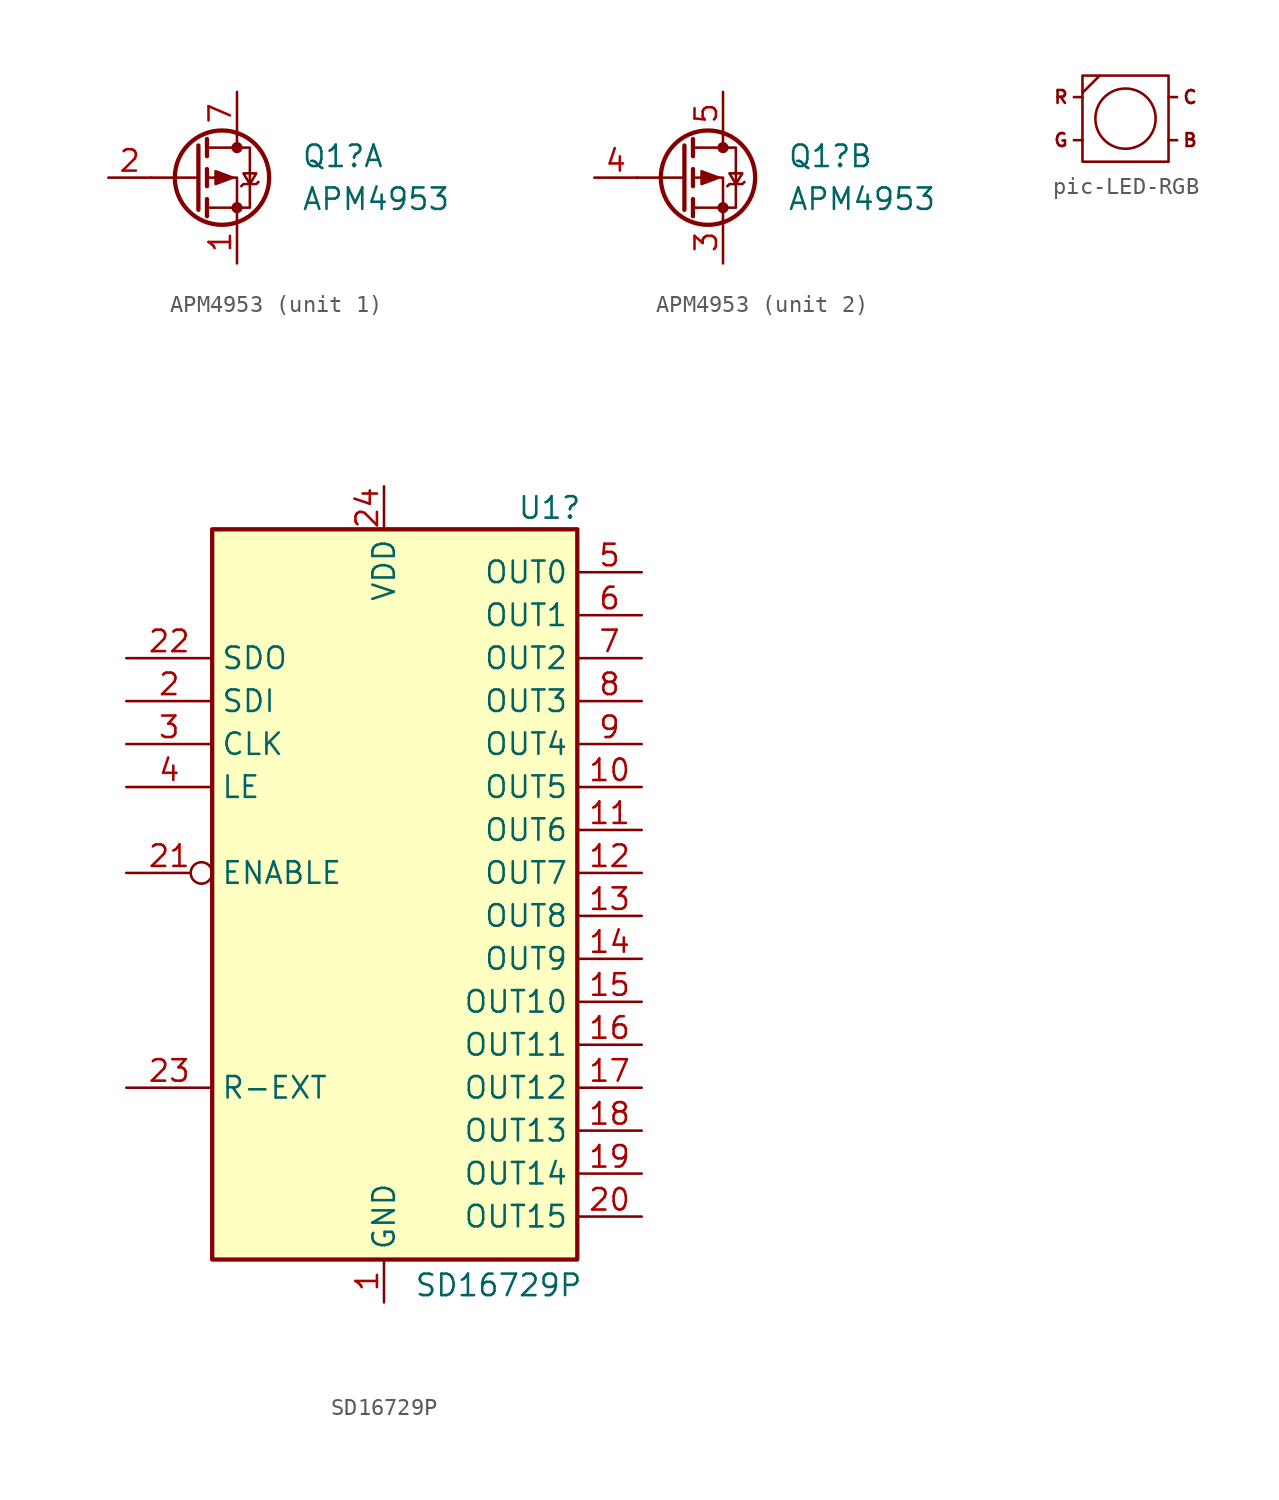
<source format=kicad_sym>
(kicad_symbol_lib
  (version 20231120)
  (generator "kicad_symbol_editor")
  (generator_version "8.0")
  (symbol "APM4953"
    (pin_names hide)
    (property "Reference" "Q1"
      (at 6.35 1.27 0)
      (effects (font (size 1.27 1.27)) (justify left)))
    (property "Value" "APM4953"
      (at 6.35 -1.27 0)
      (effects (font (size 1.27 1.27)) (justify left)))
    (symbol "APM4953_0_1"
      (polyline (pts (xy 0.254 0) (xy -2.54 0)) (stroke (width 0) (type default)) (fill (type none)))
      (polyline (pts (xy 0.254 1.905) (xy 0.254 -1.905)) (stroke (width 0.254) (type default)) (fill (type none)))
      (polyline (pts (xy 0.762 -1.27) (xy 0.762 -2.286)) (stroke (width 0.254) (type default)) (fill (type none)))
      (polyline (pts (xy 0.762 0.508) (xy 0.762 -0.508)) (stroke (width 0.254) (type default)) (fill (type none)))
      (polyline (pts (xy 0.762 2.286) (xy 0.762 1.27)) (stroke (width 0.254) (type default)) (fill (type none)))
      (polyline (pts (xy 2.54 2.54) (xy 2.54 1.778)) (stroke (width 0) (type default)) (fill (type none)))
      (polyline (pts (xy 2.54 -2.54) (xy 2.54 0) (xy 0.762 0)) (stroke (width 0) (type default)) (fill (type none)))
      (polyline (pts (xy 0.762 1.778) (xy 3.302 1.778) (xy 3.302 -1.778) (xy 0.762 -1.778)) (stroke (width 0) (type default)) (fill (type none)))
      (polyline (pts (xy 2.286 0) (xy 1.27 0.381) (xy 1.27 -0.381) (xy 2.286 0)) (stroke (width 0) (type default)) (fill (type outline)))
      (polyline (pts (xy 2.794 -0.508) (xy 2.921 -0.381) (xy 3.683 -0.381) (xy 3.81 -0.254)) (stroke (width 0) (type default)) (fill (type none)))
      (polyline (pts (xy 3.302 -0.381) (xy 2.921 0.254) (xy 3.683 0.254) (xy 3.302 -0.381)) (stroke (width 0) (type default)) (fill (type none)))
      (circle (center 1.651 0) (radius 2.794) (stroke (width 0.254) (type default)) (fill (type none)))
      (circle (center 2.54 -1.778) (radius 0.254) (stroke (width 0) (type default)) (fill (type outline)))
      (circle (center 2.54 1.778) (radius 0.254) (stroke (width 0) (type default)) (fill (type outline))))
    (symbol "APM4953_1_1"
      (pin passive line (at 2.54 -5.08 90) (length 2.54) (name "S1" (effects (font (size 1.27 1.27)))) (number "1" (effects (font (size 1.27 1.27)))))
      (pin input line (at -5.08 0 0) (length 2.54) (name "G1" (effects (font (size 1.27 1.27)))) (number "2" (effects (font (size 1.27 1.27)))))
      (pin passive line (at 2.54 5.08 270) (length 2.54) (name "D1" (effects (font (size 1.27 1.27)))) (number "7" (effects (font (size 1.27 1.27)))))
      (pin passive line (at 2.54 5.08 270) (length 2.54) hide (name "D1" (effects (font (size 1.27 1.27)))) (number "8" (effects (font (size 1.27 1.27))))))
    (symbol "APM4953_2_1"
      (pin passive line (at 2.54 -5.08 90) (length 2.54) (name "S2" (effects (font (size 1.27 1.27)))) (number "3" (effects (font (size 1.27 1.27)))))
      (pin input line (at -5.08 0 0) (length 2.54) (name "G2" (effects (font (size 1.27 1.27)))) (number "4" (effects (font (size 1.27 1.27)))))
      (pin passive line (at 2.54 5.08 270) (length 2.54) (name "D2" (effects (font (size 1.27 1.27)))) (number "5" (effects (font (size 1.27 1.27)))))
      (pin passive line (at 2.54 5.08 270) (length 2.54) hide (name "D2" (effects (font (size 1.27 1.27)))) (number "6" (effects (font (size 1.27 1.27)))))))
  (symbol "pic-LED-RGB"
    (property "Reference" "L"
      (at 1.778 1.778 0)
      (effects (font (size 0.508 0.508)) (hide yes)))
    (property "Value" ""
      (at -1.27 -1.27 0)
      (effects (font (size 1.27 1.27))))
    (symbol "pic-LED-RGB_0_1"
      (rectangle (start -2.54 2.54) (end 2.54 -2.54) (stroke (width 0) (type default)) (fill (type none)))
      (polyline (pts (xy -2.54 -1.27) (xy -3.048 -1.27)) (stroke (width 0) (type default)) (fill (type none)))
      (polyline (pts (xy -2.54 1.27) (xy -3.048 1.27)) (stroke (width 0) (type default)) (fill (type none)))
      (polyline (pts (xy -1.524 2.54) (xy -2.54 1.524)) (stroke (width 0) (type default)) (fill (type none)))
      (polyline (pts (xy 3.048 -1.27) (xy 2.54 -1.27)) (stroke (width 0) (type default)) (fill (type none)))
      (polyline (pts (xy 3.048 1.27) (xy 2.54 1.27)) (stroke (width 0) (type default)) (fill (type none))))
    (symbol "pic-LED-RGB_1_1"
      (circle (center 0 0) (radius 1.778) (stroke (width 0) (type default)) (fill (type none)))
      (text "B" (at 3.81 -1.27 0) (effects (font (size 0.762 0.762))))
      (text "C" (at 3.81 1.27 0) (effects (font (size 0.762 0.762))))
      (text "G" (at -3.81 -1.27 0) (effects (font (size 0.762 0.762))))
      (text "R" (at -3.81 1.27 0) (effects (font (size 0.762 0.762))))))
  (symbol "SD16729P"
    (property "Reference" "U1"
      (at 7.874 21.59 0)
      (effects (font (size 1.27 1.27)) (justify left)))
    (property "Value" "SD16729P"
      (at 1.778 -24.384 0)
      (effects (font (size 1.27 1.27)) (justify left)))
    (symbol "SD16729P_0_1"
      (rectangle (start -10.16 20.32) (end 11.43 -22.86) (stroke (width 0.254) (type default)) (fill (type background))))
    (symbol "SD16729P_1_1"
      (pin power_in line (at 0 -25.4 90) (length 2.54) (name "GND" (effects (font (size 1.27 1.27)))) (number "1" (effects (font (size 1.27 1.27)))))
      (pin output line (at 15.24 5.08 180) (length 3.81) (name "OUT5" (effects (font (size 1.27 1.27)))) (number "10" (effects (font (size 1.27 1.27)))))
      (pin output line (at 15.24 2.54 180) (length 3.81) (name "OUT6" (effects (font (size 1.27 1.27)))) (number "11" (effects (font (size 1.27 1.27)))))
      (pin output line (at 15.24 0 180) (length 3.81) (name "OUT7" (effects (font (size 1.27 1.27)))) (number "12" (effects (font (size 1.27 1.27)))))
      (pin output line (at 15.24 -2.54 180) (length 3.81) (name "OUT8" (effects (font (size 1.27 1.27)))) (number "13" (effects (font (size 1.27 1.27)))))
      (pin output line (at 15.24 -5.08 180) (length 3.81) (name "OUT9" (effects (font (size 1.27 1.27)))) (number "14" (effects (font (size 1.27 1.27)))))
      (pin output line (at 15.24 -7.62 180) (length 3.81) (name "OUT10" (effects (font (size 1.27 1.27)))) (number "15" (effects (font (size 1.27 1.27)))))
      (pin output line (at 15.24 -10.16 180) (length 3.81) (name "OUT11" (effects (font (size 1.27 1.27)))) (number "16" (effects (font (size 1.27 1.27)))))
      (pin output line (at 15.24 -12.7 180) (length 3.81) (name "OUT12" (effects (font (size 1.27 1.27)))) (number "17" (effects (font (size 1.27 1.27)))))
      (pin output line (at 15.24 -15.24 180) (length 3.81) (name "OUT13" (effects (font (size 1.27 1.27)))) (number "18" (effects (font (size 1.27 1.27)))))
      (pin output line (at 15.24 -17.78 180) (length 3.81) (name "OUT14" (effects (font (size 1.27 1.27)))) (number "19" (effects (font (size 1.27 1.27)))))
      (pin input line (at -15.24 10.16 0) (length 5.08) (name "SDI" (effects (font (size 1.27 1.27)))) (number "2" (effects (font (size 1.27 1.27)))))
      (pin output line (at 15.24 -20.32 180) (length 3.81) (name "OUT15" (effects (font (size 1.27 1.27)))) (number "20" (effects (font (size 1.27 1.27)))))
      (pin input inverted (at -15.24 0 0) (length 5.08) (name "ENABLE" (effects (font (size 1.27 1.27)))) (number "21" (effects (font (size 1.27 1.27)))))
      (pin output line (at -15.24 12.7 0) (length 5.08) (name "SDO" (effects (font (size 1.27 1.27)))) (number "22" (effects (font (size 1.27 1.27)))))
      (pin passive line (at -15.24 -12.7 0) (length 5.08) (name "R-EXT" (effects (font (size 1.27 1.27)))) (number "23" (effects (font (size 1.27 1.27)))))
      (pin power_in line (at 0 22.86 270) (length 2.54) (name "VDD" (effects (font (size 1.27 1.27)))) (number "24" (effects (font (size 1.27 1.27)))))
      (pin input line (at -15.24 7.62 0) (length 5.08) (name "CLK" (effects (font (size 1.27 1.27)))) (number "3" (effects (font (size 1.27 1.27)))))
      (pin input line (at -15.24 5.08 0) (length 5.08) (name "LE" (effects (font (size 1.27 1.27)))) (number "4" (effects (font (size 1.27 1.27)))))
      (pin output line (at 15.24 17.78 180) (length 3.81) (name "OUT0" (effects (font (size 1.27 1.27)))) (number "5" (effects (font (size 1.27 1.27)))))
      (pin output line (at 15.24 15.24 180) (length 3.81) (name "OUT1" (effects (font (size 1.27 1.27)))) (number "6" (effects (font (size 1.27 1.27)))))
      (pin output line (at 15.24 12.7 180) (length 3.81) (name "OUT2" (effects (font (size 1.27 1.27)))) (number "7" (effects (font (size 1.27 1.27)))))
      (pin output line (at 15.24 10.16 180) (length 3.81) (name "OUT3" (effects (font (size 1.27 1.27)))) (number "8" (effects (font (size 1.27 1.27)))))
      (pin output line (at 15.24 7.62 180) (length 3.81) (name "OUT4" (effects (font (size 1.27 1.27)))) (number "9" (effects (font (size 1.27 1.27))))))))
</source>
